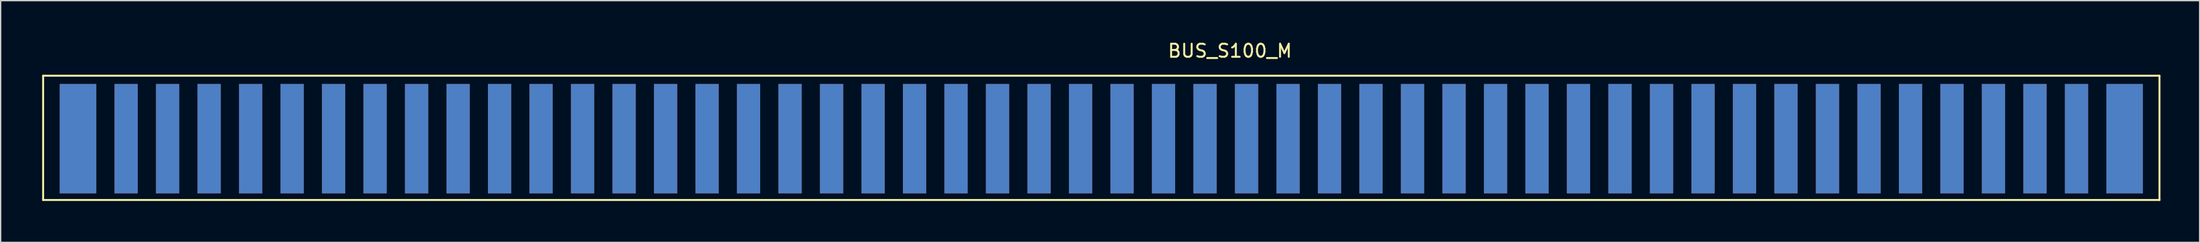
<source format=kicad_pcb>
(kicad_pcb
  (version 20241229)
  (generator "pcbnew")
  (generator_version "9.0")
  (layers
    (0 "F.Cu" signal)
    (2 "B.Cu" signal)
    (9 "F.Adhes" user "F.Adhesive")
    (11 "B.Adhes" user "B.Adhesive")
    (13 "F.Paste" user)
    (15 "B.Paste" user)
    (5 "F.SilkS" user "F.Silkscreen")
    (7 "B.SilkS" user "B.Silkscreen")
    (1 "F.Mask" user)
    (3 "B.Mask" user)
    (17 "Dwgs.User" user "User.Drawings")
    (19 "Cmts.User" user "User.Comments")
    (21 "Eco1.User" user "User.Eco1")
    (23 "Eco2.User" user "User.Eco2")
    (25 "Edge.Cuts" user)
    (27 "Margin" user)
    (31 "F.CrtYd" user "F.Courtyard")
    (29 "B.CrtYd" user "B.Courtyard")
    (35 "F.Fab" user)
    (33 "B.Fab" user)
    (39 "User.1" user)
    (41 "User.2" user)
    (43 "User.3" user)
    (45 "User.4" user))
  (footprint "BUS_S100_M"
    (layer "F.Cu")
    (at 0.25 12.278)
    (property "Reference" "BUS_S100_M" (at 90.805 -11.43 0) (layer "F.SilkS") (effects (font (size 1 1) (thickness 0.15))))
    (attr through_hole)
    (fp_line (start 0 -9.525) (end 161.925 -9.525) (stroke (width 0.15) (type solid)) (layer "F.SilkS"))
    (fp_line (start 0 0) (end 0 -9.525) (stroke (width 0.15) (type solid)) (layer "F.SilkS"))
    (fp_line (start 161.925 -9.525) (end 161.925 0) (stroke (width 0.15) (type solid)) (layer "F.SilkS"))
    (fp_line (start 161.925 0) (end 0 0) (stroke (width 0.15) (type solid)) (layer "F.SilkS"))
    (pad "1" connect rect (at 2.667 -4.699) (size 2.794 8.382) (layers "F.Cu" "F.Mask"))
    (pad "2" connect rect (at 6.35 -4.699) (size 1.778 8.382) (layers "F.Cu" "F.Mask"))
    (pad "3" connect rect (at 9.525 -4.699) (size 1.778 8.382) (layers "F.Cu" "F.Mask"))
    (pad "4" connect rect (at 12.7 -4.699) (size 1.778 8.382) (layers "F.Cu" "F.Mask"))
    (pad "5" connect rect (at 15.875 -4.699) (size 1.778 8.382) (layers "F.Cu" "F.Mask"))
    (pad "6" connect rect (at 19.05 -4.699) (size 1.778 8.382) (layers "F.Cu" "F.Mask"))
    (pad "7" connect rect (at 22.225 -4.699) (size 1.778 8.382) (layers "F.Cu" "F.Mask"))
    (pad "8" connect rect (at 25.4 -4.699) (size 1.778 8.382) (layers "F.Cu" "F.Mask"))
    (pad "9" connect rect (at 28.575 -4.699) (size 1.778 8.382) (layers "F.Cu" "F.Mask"))
    (pad "10" connect rect (at 31.75 -4.699) (size 1.778 8.382) (layers "F.Cu" "F.Mask"))
    (pad "11" connect rect (at 34.925 -4.699) (size 1.778 8.382) (layers "F.Cu" "F.Mask"))
    (pad "12" connect rect (at 38.1 -4.699) (size 1.778 8.382) (layers "F.Cu" "F.Mask"))
    (pad "13" connect rect (at 41.275 -4.699) (size 1.778 8.382) (layers "F.Cu" "F.Mask"))
    (pad "14" connect rect (at 44.45 -4.699) (size 1.778 8.382) (layers "F.Cu" "F.Mask"))
    (pad "15" connect rect (at 47.625 -4.699) (size 1.778 8.382) (layers "F.Cu" "F.Mask"))
    (pad "16" connect rect (at 50.8 -4.699) (size 1.778 8.382) (layers "F.Cu" "F.Mask"))
    (pad "17" connect rect (at 53.975 -4.699) (size 1.778 8.382) (layers "F.Cu" "F.Mask"))
    (pad "18" connect rect (at 57.15 -4.699) (size 1.778 8.382) (layers "F.Cu" "F.Mask"))
    (pad "19" connect rect (at 60.325 -4.699) (size 1.778 8.382) (layers "F.Cu" "F.Mask"))
    (pad "20" connect rect (at 63.5 -4.699) (size 1.778 8.382) (layers "F.Cu" "F.Mask"))
    (pad "21" connect rect (at 66.675 -4.699) (size 1.778 8.382) (layers "F.Cu" "F.Mask"))
    (pad "22" connect rect (at 69.85 -4.699) (size 1.778 8.382) (layers "F.Cu" "F.Mask"))
    (pad "23" connect rect (at 73.025 -4.699) (size 1.778 8.382) (layers "F.Cu" "F.Mask"))
    (pad "24" connect rect (at 76.2 -4.699) (size 1.778 8.382) (layers "F.Cu" "F.Mask"))
    (pad "25" connect rect (at 79.375 -4.699) (size 1.778 8.382) (layers "F.Cu" "F.Mask"))
    (pad "26" connect rect (at 82.55 -4.699) (size 1.778 8.382) (layers "F.Cu" "F.Mask"))
    (pad "27" connect rect (at 85.725 -4.699) (size 1.778 8.382) (layers "F.Cu" "F.Mask"))
    (pad "28" connect rect (at 88.9 -4.699) (size 1.778 8.382) (layers "F.Cu" "F.Mask"))
    (pad "29" connect rect (at 92.075 -4.699) (size 1.778 8.382) (layers "F.Cu" "F.Mask"))
    (pad "30" connect rect (at 95.25 -4.699) (size 1.778 8.382) (layers "F.Cu" "F.Mask"))
    (pad "31" connect rect (at 98.425 -4.699) (size 1.778 8.382) (layers "F.Cu" "F.Mask"))
    (pad "32" connect rect (at 101.6 -4.699) (size 1.778 8.382) (layers "F.Cu" "F.Mask"))
    (pad "33" connect rect (at 104.775 -4.699) (size 1.778 8.382) (layers "F.Cu" "F.Mask"))
    (pad "34" connect rect (at 107.95 -4.699) (size 1.778 8.382) (layers "F.Cu" "F.Mask"))
    (pad "35" connect rect (at 111.125 -4.699) (size 1.778 8.382) (layers "F.Cu" "F.Mask"))
    (pad "36" connect rect (at 114.3 -4.699) (size 1.778 8.382) (layers "F.Cu" "F.Mask"))
    (pad "37" connect rect (at 117.475 -4.699) (size 1.778 8.382) (layers "F.Cu" "F.Mask"))
    (pad "38" connect rect (at 120.65 -4.699) (size 1.778 8.382) (layers "F.Cu" "F.Mask"))
    (pad "39" connect rect (at 123.825 -4.699) (size 1.778 8.382) (layers "F.Cu" "F.Mask"))
    (pad "40" connect rect (at 127 -4.699) (size 1.778 8.382) (layers "F.Cu" "F.Mask"))
    (pad "41" connect rect (at 130.175 -4.699) (size 1.778 8.382) (layers "F.Cu" "F.Mask"))
    (pad "42" connect rect (at 133.35 -4.699) (size 1.778 8.382) (layers "F.Cu" "F.Mask"))
    (pad "43" connect rect (at 136.525 -4.699) (size 1.778 8.382) (layers "F.Cu" "F.Mask"))
    (pad "44" connect rect (at 139.7 -4.699) (size 1.778 8.382) (layers "F.Cu" "F.Mask"))
    (pad "45" connect rect (at 142.875 -4.699) (size 1.778 8.382) (layers "F.Cu" "F.Mask"))
    (pad "46" connect rect (at 146.05 -4.699) (size 1.778 8.382) (layers "F.Cu" "F.Mask"))
    (pad "47" connect rect (at 149.225 -4.699) (size 1.778 8.382) (layers "F.Cu" "F.Mask"))
    (pad "48" connect rect (at 152.4 -4.699) (size 1.778 8.382) (layers "F.Cu" "F.Mask"))
    (pad "49" connect rect (at 155.575 -4.699) (size 1.778 8.382) (layers "F.Cu" "F.Mask"))
    (pad "50" connect rect (at 159.258 -4.699) (size 2.794 8.382) (layers "F.Cu" "F.Mask"))
    (pad "51" connect rect (at 2.667 -4.699) (size 2.794 8.382) (layers "B.Cu" "B.Mask"))
    (pad "52" connect rect (at 6.35 -4.699) (size 1.778 8.382) (layers "B.Cu" "B.Mask"))
    (pad "53" connect rect (at 9.525 -4.699) (size 1.778 8.382) (layers "B.Cu" "B.Mask"))
    (pad "54" connect rect (at 12.7 -4.699) (size 1.778 8.382) (layers "B.Cu" "B.Mask"))
    (pad "55" connect rect (at 15.875 -4.699) (size 1.778 8.382) (layers "B.Cu" "B.Mask"))
    (pad "56" connect rect (at 19.05 -4.699) (size 1.778 8.382) (layers "B.Cu" "B.Mask"))
    (pad "57" connect rect (at 22.225 -4.699) (size 1.778 8.382) (layers "B.Cu" "B.Mask"))
    (pad "58" connect rect (at 25.4 -4.699) (size 1.778 8.382) (layers "B.Cu" "B.Mask"))
    (pad "59" connect rect (at 28.575 -4.699) (size 1.778 8.382) (layers "B.Cu" "B.Mask"))
    (pad "60" connect rect (at 31.75 -4.699) (size 1.778 8.382) (layers "B.Cu" "B.Mask"))
    (pad "61" connect rect (at 34.925 -4.699) (size 1.778 8.382) (layers "B.Cu" "B.Mask"))
    (pad "62" connect rect (at 38.1 -4.699) (size 1.778 8.382) (layers "B.Cu" "B.Mask"))
    (pad "63" connect rect (at 41.275 -4.699) (size 1.778 8.382) (layers "B.Cu" "B.Mask"))
    (pad "64" connect rect (at 44.45 -4.699) (size 1.778 8.382) (layers "B.Cu" "B.Mask"))
    (pad "65" connect rect (at 47.625 -4.699) (size 1.778 8.382) (layers "B.Cu" "B.Mask"))
    (pad "66" connect rect (at 50.8 -4.699) (size 1.778 8.382) (layers "B.Cu" "B.Mask"))
    (pad "67" connect rect (at 53.975 -4.699) (size 1.778 8.382) (layers "B.Cu" "B.Mask"))
    (pad "68" connect rect (at 57.15 -4.699) (size 1.778 8.382) (layers "B.Cu" "B.Mask"))
    (pad "69" connect rect (at 60.325 -4.699) (size 1.778 8.382) (layers "B.Cu" "B.Mask"))
    (pad "70" connect rect (at 63.5 -4.699) (size 1.778 8.382) (layers "B.Cu" "B.Mask"))
    (pad "71" connect rect (at 66.675 -4.699) (size 1.778 8.382) (layers "B.Cu" "B.Mask"))
    (pad "72" connect rect (at 69.85 -4.699) (size 1.778 8.382) (layers "B.Cu" "B.Mask"))
    (pad "73" connect rect (at 73.025 -4.699) (size 1.778 8.382) (layers "B.Cu" "B.Mask"))
    (pad "74" connect rect (at 76.2 -4.699) (size 1.778 8.382) (layers "B.Cu" "B.Mask"))
    (pad "75" connect rect (at 79.375 -4.699) (size 1.778 8.382) (layers "B.Cu" "B.Mask"))
    (pad "76" connect rect (at 82.55 -4.699) (size 1.778 8.382) (layers "B.Cu" "B.Mask"))
    (pad "77" connect rect (at 85.725 -4.699) (size 1.778 8.382) (layers "B.Cu" "B.Mask"))
    (pad "78" connect rect (at 88.9 -4.699) (size 1.778 8.382) (layers "B.Cu" "B.Mask"))
    (pad "79" connect rect (at 92.075 -4.699) (size 1.778 8.382) (layers "B.Cu" "B.Mask"))
    (pad "80" connect rect (at 95.25 -4.699) (size 1.778 8.382) (layers "B.Cu" "B.Mask"))
    (pad "81" connect rect (at 98.425 -4.699) (size 1.778 8.382) (layers "B.Cu" "B.Mask"))
    (pad "82" connect rect (at 101.6 -4.699) (size 1.778 8.382) (layers "B.Cu" "B.Mask"))
    (pad "83" connect rect (at 104.775 -4.699) (size 1.778 8.382) (layers "B.Cu" "B.Mask"))
    (pad "84" connect rect (at 107.95 -4.699) (size 1.778 8.382) (layers "B.Cu" "B.Mask"))
    (pad "85" connect rect (at 111.125 -4.699) (size 1.778 8.382) (layers "B.Cu" "B.Mask"))
    (pad "86" connect rect (at 114.3 -4.699) (size 1.778 8.382) (layers "B.Cu" "B.Mask"))
    (pad "87" connect rect (at 117.475 -4.699) (size 1.778 8.382) (layers "B.Cu" "B.Mask"))
    (pad "88" connect rect (at 120.65 -4.699) (size 1.778 8.382) (layers "B.Cu" "B.Mask"))
    (pad "89" connect rect (at 123.825 -4.699) (size 1.778 8.382) (layers "B.Cu" "B.Mask"))
    (pad "90" connect rect (at 127 -4.699) (size 1.778 8.382) (layers "B.Cu" "B.Mask"))
    (pad "91" connect rect (at 130.175 -4.699) (size 1.778 8.382) (layers "B.Cu" "B.Mask"))
    (pad "92" connect rect (at 133.35 -4.699) (size 1.778 8.382) (layers "B.Cu" "B.Mask"))
    (pad "93" connect rect (at 136.525 -4.699) (size 1.778 8.382) (layers "B.Cu" "B.Mask"))
    (pad "94" connect rect (at 139.7 -4.699) (size 1.778 8.382) (layers "B.Cu" "B.Mask"))
    (pad "95" connect rect (at 142.875 -4.699) (size 1.778 8.382) (layers "B.Cu" "B.Mask"))
    (pad "96" connect rect (at 146.05 -4.699) (size 1.778 8.382) (layers "B.Cu" "B.Mask"))
    (pad "97" connect rect (at 149.225 -4.699) (size 1.778 8.382) (layers "B.Cu" "B.Mask"))
    (pad "98" connect rect (at 152.4 -4.699) (size 1.778 8.382) (layers "B.Cu" "B.Mask"))
    (pad "99" connect rect (at 155.575 -4.699) (size 1.778 8.382) (layers "B.Cu" "B.Mask"))
    (pad "100" connect rect (at 159.258 -4.699) (size 2.794 8.382) (layers "B.Cu" "B.Mask")))
  (gr_rect
    (start -3 -3)
    (end 165.25 15.528)
    (stroke (width 0.1) (type default))
    (fill no)
    (layer "Edge.Cuts")))
</source>
